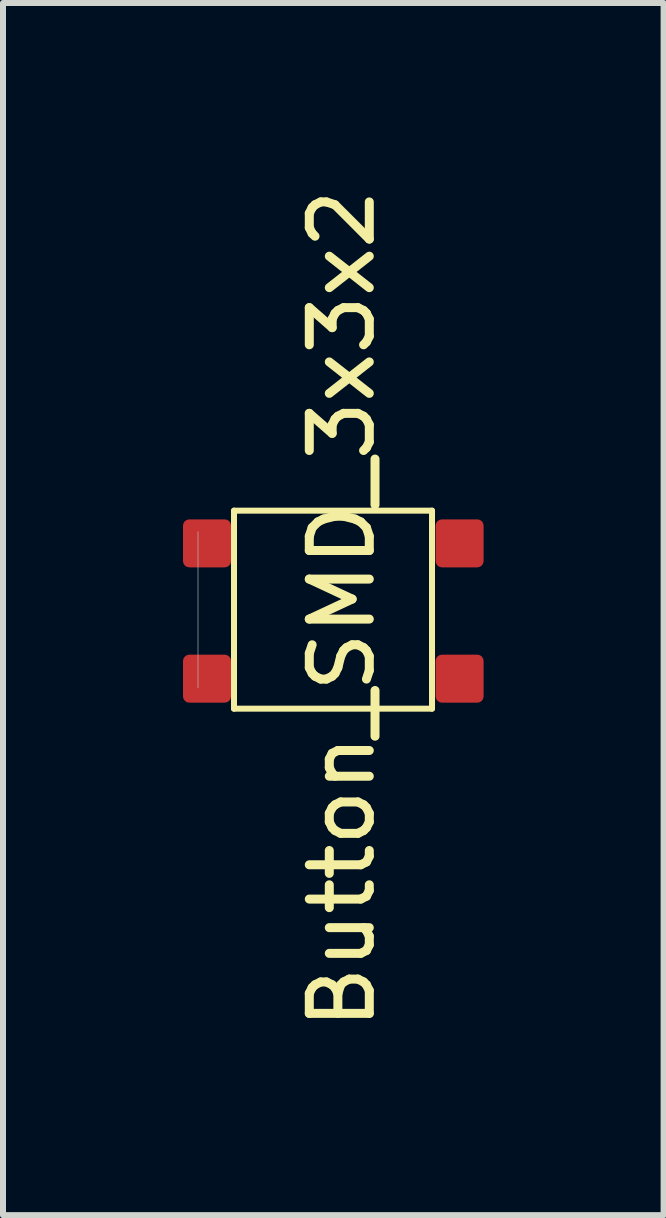
<source format=kicad_pcb>
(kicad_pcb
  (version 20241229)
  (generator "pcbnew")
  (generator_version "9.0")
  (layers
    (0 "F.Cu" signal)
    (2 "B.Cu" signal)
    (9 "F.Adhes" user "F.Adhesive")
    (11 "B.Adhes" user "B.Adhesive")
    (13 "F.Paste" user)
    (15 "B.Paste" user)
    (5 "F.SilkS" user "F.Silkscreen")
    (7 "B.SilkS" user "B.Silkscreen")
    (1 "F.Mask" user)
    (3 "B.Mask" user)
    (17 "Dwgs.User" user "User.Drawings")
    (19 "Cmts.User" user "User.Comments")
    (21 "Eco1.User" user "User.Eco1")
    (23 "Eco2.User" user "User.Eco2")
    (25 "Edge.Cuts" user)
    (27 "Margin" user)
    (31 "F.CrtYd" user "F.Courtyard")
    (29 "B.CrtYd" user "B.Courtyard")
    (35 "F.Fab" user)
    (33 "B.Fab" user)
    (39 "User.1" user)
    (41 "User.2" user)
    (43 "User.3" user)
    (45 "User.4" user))
  (footprint "Button_SMD_3x3x2"
    (layer "F.Cu")
    (at 0.85 5.461)
    (property "Reference" "Button_SMD_3x3x2" (at 1.8 1.64 270) (layer "F.SilkS") (effects (font (size 1 1) (thickness 0.15))))
    (attr smd)
    (fp_line (start 0 0) (end 0 3.3) (stroke (width 0.1) (type default)) (layer "F.SilkS"))
    (fp_line (start 0 0) (end 3.3 0) (stroke (width 0.1) (type default)) (layer "F.SilkS"))
    (fp_line (start 3.3 3.3) (end 0 3.3) (stroke (width 0.1) (type default)) (layer "F.SilkS"))
    (fp_line (start 3.3 3.3) (end 3.3 0) (stroke (width 0.1) (type default)) (layer "F.SilkS"))
    (fp_line (start -0.6 2.95) (end -0.6 0.35) (stroke (width 0.01) (type default)) (layer "Dwgs.User"))
    (pad "1" smd roundrect (at 3.76 0.545) (size 0.8 0.8) (layers "F.Cu" "F.Mask" "F.Paste") (roundrect_rratio 0.131))
    (pad "2" smd roundrect (at 3.76 2.8) (size 0.8 0.8) (layers "F.Cu" "F.Mask" "F.Paste") (roundrect_rratio 0.131))
    (pad "3" smd roundrect (at -0.45 0.545) (size 0.8 0.8) (layers "F.Cu" "F.Mask" "F.Paste") (roundrect_rratio 0.131))
    (pad "4" smd roundrect (at -0.45 2.8) (size 0.8 0.8) (layers "F.Cu" "F.Mask" "F.Paste") (roundrect_rratio 0.131)))
  (gr_rect
    (start -3 -3)
    (end 8.01 17.202)
    (stroke (width 0.1) (type default))
    (fill no)
    (layer "Edge.Cuts")))
</source>
